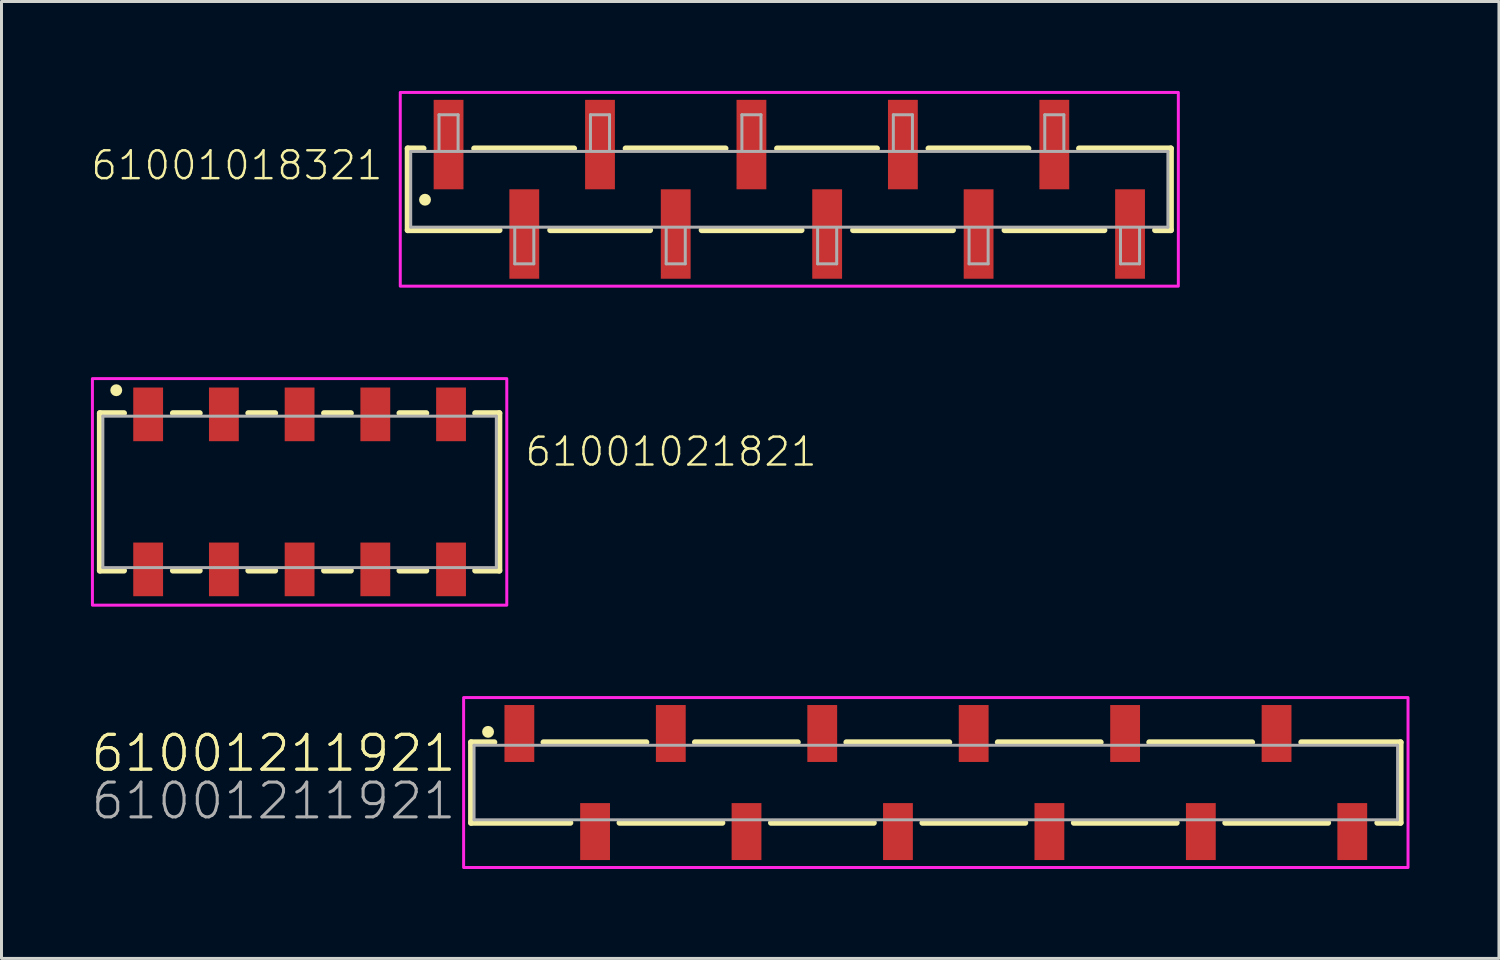
<source format=kicad_pcb>
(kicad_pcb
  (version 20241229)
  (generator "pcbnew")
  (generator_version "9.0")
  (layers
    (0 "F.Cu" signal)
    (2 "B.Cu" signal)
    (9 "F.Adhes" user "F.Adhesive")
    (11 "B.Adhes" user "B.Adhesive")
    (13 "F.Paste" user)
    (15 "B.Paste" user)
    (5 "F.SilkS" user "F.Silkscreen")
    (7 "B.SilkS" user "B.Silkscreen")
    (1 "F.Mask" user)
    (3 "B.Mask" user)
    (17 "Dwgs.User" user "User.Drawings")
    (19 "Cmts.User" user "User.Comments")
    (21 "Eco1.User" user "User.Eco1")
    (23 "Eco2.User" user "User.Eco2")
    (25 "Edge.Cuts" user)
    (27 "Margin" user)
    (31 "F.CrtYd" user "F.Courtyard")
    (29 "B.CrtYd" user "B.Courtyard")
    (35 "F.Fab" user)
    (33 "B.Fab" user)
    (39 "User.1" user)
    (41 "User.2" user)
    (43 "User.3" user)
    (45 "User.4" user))
  (footprint "61001021821"
    (layer "F.Cu")
    (at 7 13.45)
    (property "Reference" "61001021821" (at 7.51 -0.8 0) (unlocked yes) (layer "F.SilkS") (effects (font (size 0.935 0.935) (thickness 0.081)) (justify left bottom)))
    (fp_line (start -6.7 -2.64) (end -6.7 2.64) (stroke (width 0.2) (type solid)) (layer "F.SilkS"))
    (fp_line (start -5.89 -2.64) (end -6.7 -2.64) (stroke (width 0.2) (type solid)) (layer "F.SilkS"))
    (fp_line (start -5.89 2.64) (end -6.7 2.64) (stroke (width 0.2) (type solid)) (layer "F.SilkS"))
    (fp_line (start -3.35 -2.64) (end -4.25 -2.64) (stroke (width 0.2) (type solid)) (layer "F.SilkS"))
    (fp_line (start -3.35 2.64) (end -4.25 2.64) (stroke (width 0.2) (type solid)) (layer "F.SilkS"))
    (fp_line (start -0.82 -2.64) (end -1.72 -2.64) (stroke (width 0.2) (type solid)) (layer "F.SilkS"))
    (fp_line (start -0.82 2.64) (end -1.72 2.64) (stroke (width 0.2) (type solid)) (layer "F.SilkS"))
    (fp_line (start 0.82 -2.64) (end 1.72 -2.64) (stroke (width 0.2) (type solid)) (layer "F.SilkS"))
    (fp_line (start 0.82 2.64) (end 1.72 2.64) (stroke (width 0.2) (type solid)) (layer "F.SilkS"))
    (fp_line (start 3.35 -2.64) (end 4.25 -2.64) (stroke (width 0.2) (type solid)) (layer "F.SilkS"))
    (fp_line (start 3.35 2.64) (end 4.25 2.64) (stroke (width 0.2) (type solid)) (layer "F.SilkS"))
    (fp_line (start 5.89 -2.64) (end 6.7 -2.64) (stroke (width 0.2) (type solid)) (layer "F.SilkS"))
    (fp_line (start 5.89 2.64) (end 6.7 2.64) (stroke (width 0.2) (type solid)) (layer "F.SilkS"))
    (fp_line (start 6.7 2.64) (end 6.7 -2.64) (stroke (width 0.2) (type solid)) (layer "F.SilkS"))
    (fp_circle (center -6.15 -3.41) (end -6.05 -3.41) (stroke (width 0.2) (type solid)) (fill no) (layer "F.SilkS"))
    (fp_poly (pts (xy 6.95 3.8) (xy -6.95 3.8) (xy -6.95 -3.8) (xy 6.95 -3.8)) (stroke (width 0.1) (type default)) (fill no) (layer "F.CrtYd"))
    (fp_line (start -6.6 -2.54) (end -6.6 2.54) (stroke (width 0.1) (type solid)) (layer "F.Fab"))
    (fp_line (start -6.6 2.54) (end 6.6 2.54) (stroke (width 0.1) (type solid)) (layer "F.Fab"))
    (fp_line (start 6.6 -2.54) (end -6.6 -2.54) (stroke (width 0.1) (type solid)) (layer "F.Fab"))
    (fp_line (start 6.6 -2.54) (end 6.6 2.54) (stroke (width 0.1) (type solid)) (layer "F.Fab"))
    (pad "1" smd rect (at -5.08 -2.6) (size 1 1.8) (layers "F.Cu" "F.Mask" "F.Paste"))
    (pad "2" smd rect (at -5.08 2.6) (size 1 1.8) (layers "F.Cu" "F.Mask" "F.Paste"))
    (pad "3" smd rect (at -2.54 -2.6) (size 1 1.8) (layers "F.Cu" "F.Mask" "F.Paste"))
    (pad "4" smd rect (at -2.54 2.6) (size 1 1.8) (layers "F.Cu" "F.Mask" "F.Paste"))
    (pad "5" smd rect (at 0 -2.6) (size 1 1.8) (layers "F.Cu" "F.Mask" "F.Paste"))
    (pad "6" smd rect (at 0 2.6) (size 1 1.8) (layers "F.Cu" "F.Mask" "F.Paste"))
    (pad "7" smd rect (at 2.54 -2.6) (size 1 1.8) (layers "F.Cu" "F.Mask" "F.Paste"))
    (pad "8" smd rect (at 2.54 2.6) (size 1 1.8) (layers "F.Cu" "F.Mask" "F.Paste"))
    (pad "9" smd rect (at 5.08 -2.6) (size 1 1.8) (layers "F.Cu" "F.Mask" "F.Paste"))
    (pad "10" smd rect (at 5.08 2.6) (size 1 1.8) (layers "F.Cu" "F.Mask" "F.Paste")))
  (footprint "61001211921"
    (layer "F.Cu")
    (at 28.342 23.2)
    (property "Reference" "61001211921" (at -16.03 -0.3 0) (unlocked yes) (layer "F.SilkS") (effects (font (size 1.168 1.168) (thickness 0.102)) (justify right bottom)))
    (property "Value" "61001211921" (at -16.03 1.3 0) (unlocked yes) (layer "F.Fab") (hide yes) (effects (font (size 1.168 1.168) (thickness 0.102)) (justify right bottom)))
    (fp_line (start -15.59 -1.35) (end -14.81 -1.35) (stroke (width 0.2) (type solid)) (layer "F.SilkS"))
    (fp_line (start -15.59 1.35) (end -15.59 -1.35) (stroke (width 0.2) (type solid)) (layer "F.SilkS"))
    (fp_line (start -13.16 -1.35) (end -9.71 -1.35) (stroke (width 0.2) (type solid)) (layer "F.SilkS"))
    (fp_line (start -12.26 1.35) (end -15.59 1.35) (stroke (width 0.2) (type solid)) (layer "F.SilkS"))
    (fp_line (start -8.08 -1.35) (end -4.63 -1.35) (stroke (width 0.2) (type solid)) (layer "F.SilkS"))
    (fp_line (start -7.16 1.35) (end -10.61 1.35) (stroke (width 0.2) (type solid)) (layer "F.SilkS"))
    (fp_line (start -3 -1.35) (end 0.45 -1.35) (stroke (width 0.2) (type solid)) (layer "F.SilkS"))
    (fp_line (start -2.08 1.35) (end -5.53 1.35) (stroke (width 0.2) (type solid)) (layer "F.SilkS"))
    (fp_line (start 2.08 -1.35) (end 5.53 -1.35) (stroke (width 0.2) (type solid)) (layer "F.SilkS"))
    (fp_line (start 3 1.35) (end -0.45 1.35) (stroke (width 0.2) (type solid)) (layer "F.SilkS"))
    (fp_line (start 7.16 -1.35) (end 10.61 -1.35) (stroke (width 0.2) (type solid)) (layer "F.SilkS"))
    (fp_line (start 8.08 1.35) (end 4.63 1.35) (stroke (width 0.2) (type solid)) (layer "F.SilkS"))
    (fp_line (start 13.16 1.35) (end 9.71 1.35) (stroke (width 0.2) (type solid)) (layer "F.SilkS"))
    (fp_line (start 14.81 1.35) (end 15.59 1.35) (stroke (width 0.2) (type solid)) (layer "F.SilkS"))
    (fp_line (start 15.59 -1.35) (end 12.26 -1.35) (stroke (width 0.2) (type solid)) (layer "F.SilkS"))
    (fp_line (start 15.59 1.35) (end 15.59 -1.35) (stroke (width 0.2) (type solid)) (layer "F.SilkS"))
    (fp_circle (center -15.02 -1.7) (end -14.92 -1.7) (stroke (width 0.2) (type solid)) (fill no) (layer "F.SilkS"))
    (fp_poly (pts (xy 15.84 2.85) (xy -15.84 2.85) (xy -15.84 -2.85) (xy 15.84 -2.85)) (stroke (width 0.1) (type default)) (fill no) (layer "F.CrtYd"))
    (fp_line (start -15.49 -1.25) (end 15.49 -1.25) (stroke (width 0.1) (type solid)) (layer "F.Fab"))
    (fp_line (start -15.49 1.25) (end -15.49 -1.25) (stroke (width 0.1) (type solid)) (layer "F.Fab"))
    (fp_line (start 15.49 1.25) (end -15.49 1.25) (stroke (width 0.1) (type solid)) (layer "F.Fab"))
    (fp_line (start 15.49 1.25) (end 15.49 -1.25) (stroke (width 0.1) (type solid)) (layer "F.Fab"))
    (fp_text user "${REFERENCE}" (at -16.03 -0.3 0) (unlocked yes) (layer "F.SilkS") (effects (font (size 1.168 1.168) (thickness 0.102)) (justify right bottom)))
    (fp_text user "${VALUE}" (at -16.03 1.3 0) (unlocked yes) (layer "F.Fab") (effects (font (size 1.168 1.168) (thickness 0.102)) (justify right bottom)))
    (pad "1" smd rect (at -13.97 -1.645 180) (size 1 1.91) (layers "F.Cu" "F.Mask" "F.Paste"))
    (pad "2" smd rect (at -11.43 1.645 180) (size 1 1.91) (layers "F.Cu" "F.Mask" "F.Paste"))
    (pad "3" smd rect (at -8.89 -1.645 180) (size 1 1.91) (layers "F.Cu" "F.Mask" "F.Paste"))
    (pad "4" smd rect (at -6.35 1.645 180) (size 1 1.91) (layers "F.Cu" "F.Mask" "F.Paste"))
    (pad "5" smd rect (at -3.81 -1.645 180) (size 1 1.91) (layers "F.Cu" "F.Mask" "F.Paste"))
    (pad "6" smd rect (at -1.27 1.645 180) (size 1 1.91) (layers "F.Cu" "F.Mask" "F.Paste"))
    (pad "7" smd rect (at 1.27 -1.645 180) (size 1 1.91) (layers "F.Cu" "F.Mask" "F.Paste"))
    (pad "8" smd rect (at 3.81 1.645 180) (size 1 1.91) (layers "F.Cu" "F.Mask" "F.Paste"))
    (pad "9" smd rect (at 6.35 -1.645 180) (size 1 1.91) (layers "F.Cu" "F.Mask" "F.Paste"))
    (pad "10" smd rect (at 8.89 1.645 180) (size 1 1.91) (layers "F.Cu" "F.Mask" "F.Paste"))
    (pad "11" smd rect (at 11.43 -1.645 180) (size 1 1.91) (layers "F.Cu" "F.Mask" "F.Paste"))
    (pad "12" smd rect (at 13.97 1.645 180) (size 1 1.91) (layers "F.Cu" "F.Mask" "F.Paste")))
  (footprint "61001018321"
    (layer "F.Cu")
    (at 23.427 3.3)
    (property "Reference" "61001018321" (at -13.578 -0.256 0) (unlocked yes) (layer "F.SilkS") (effects (font (size 0.935 0.935) (thickness 0.081)) (justify right bottom)))
    (fp_line (start -12.8 -1.37) (end -12.8 1.37) (stroke (width 0.2) (type solid)) (layer "F.SilkS"))
    (fp_line (start -12.8 1.37) (end -9.72 1.37) (stroke (width 0.2) (type solid)) (layer "F.SilkS"))
    (fp_line (start -12.27 -1.37) (end -12.8 -1.37) (stroke (width 0.2) (type solid)) (layer "F.SilkS"))
    (fp_line (start -8.02 1.37) (end -4.67 1.37) (stroke (width 0.2) (type solid)) (layer "F.SilkS"))
    (fp_line (start -7.22 -1.37) (end -10.57 -1.37) (stroke (width 0.2) (type solid)) (layer "F.SilkS"))
    (fp_line (start -2.94 1.37) (end 0.41 1.37) (stroke (width 0.2) (type solid)) (layer "F.SilkS"))
    (fp_line (start -2.14 -1.37) (end -5.49 -1.37) (stroke (width 0.2) (type solid)) (layer "F.SilkS"))
    (fp_line (start 2.14 1.37) (end 5.49 1.37) (stroke (width 0.2) (type solid)) (layer "F.SilkS"))
    (fp_line (start 2.94 -1.37) (end -0.41 -1.37) (stroke (width 0.2) (type solid)) (layer "F.SilkS"))
    (fp_line (start 7.22 1.37) (end 10.57 1.37) (stroke (width 0.2) (type solid)) (layer "F.SilkS"))
    (fp_line (start 8.02 -1.37) (end 4.67 -1.37) (stroke (width 0.2) (type solid)) (layer "F.SilkS"))
    (fp_line (start 12.27 1.37) (end 12.8 1.37) (stroke (width 0.2) (type solid)) (layer "F.SilkS"))
    (fp_line (start 12.8 -1.37) (end 9.72 -1.37) (stroke (width 0.2) (type solid)) (layer "F.SilkS"))
    (fp_line (start 12.8 1.37) (end 12.8 -1.37) (stroke (width 0.2) (type solid)) (layer "F.SilkS"))
    (fp_circle (center -12.22 0.35) (end -12.12 0.35) (stroke (width 0.2) (type solid)) (fill no) (layer "F.SilkS"))
    (fp_poly (pts (xy 13.05 3.25) (xy -13.05 3.25) (xy -13.05 -3.25) (xy 13.05 -3.25)) (stroke (width 0.1) (type default)) (fill no) (layer "F.CrtYd"))
    (fp_line (start -12.7 -1.27) (end -12.7 1.27) (stroke (width 0.1) (type solid)) (layer "F.Fab"))
    (fp_line (start -12.7 1.27) (end 12.7 1.27) (stroke (width 0.1) (type solid)) (layer "F.Fab"))
    (fp_line (start -11.75 -2.5) (end -11.11 -2.5) (stroke (width 0.1) (type solid)) (layer "F.Fab"))
    (fp_line (start -11.75 -1.3) (end -11.75 -2.5) (stroke (width 0.1) (type solid)) (layer "F.Fab"))
    (fp_line (start -11.11 -2.5) (end -11.11 -1.3) (stroke (width 0.1) (type solid)) (layer "F.Fab"))
    (fp_line (start -9.21 2.5) (end -9.21 1.3) (stroke (width 0.1) (type solid)) (layer "F.Fab"))
    (fp_line (start -8.57 1.3) (end -8.57 2.5) (stroke (width 0.1) (type solid)) (layer "F.Fab"))
    (fp_line (start -8.57 2.5) (end -9.21 2.5) (stroke (width 0.1) (type solid)) (layer "F.Fab"))
    (fp_line (start -6.67 -2.5) (end -6.03 -2.5) (stroke (width 0.1) (type solid)) (layer "F.Fab"))
    (fp_line (start -6.67 -1.3) (end -6.67 -2.5) (stroke (width 0.1) (type solid)) (layer "F.Fab"))
    (fp_line (start -6.03 -2.5) (end -6.03 -1.3) (stroke (width 0.1) (type solid)) (layer "F.Fab"))
    (fp_line (start -4.13 2.5) (end -4.13 1.3) (stroke (width 0.1) (type solid)) (layer "F.Fab"))
    (fp_line (start -3.49 1.3) (end -3.49 2.5) (stroke (width 0.1) (type solid)) (layer "F.Fab"))
    (fp_line (start -3.49 2.5) (end -4.13 2.5) (stroke (width 0.1) (type solid)) (layer "F.Fab"))
    (fp_line (start -1.59 -2.5) (end -0.95 -2.5) (stroke (width 0.1) (type solid)) (layer "F.Fab"))
    (fp_line (start -1.59 -1.3) (end -1.59 -2.5) (stroke (width 0.1) (type solid)) (layer "F.Fab"))
    (fp_line (start -0.95 -2.5) (end -0.95 -1.3) (stroke (width 0.1) (type solid)) (layer "F.Fab"))
    (fp_line (start 0.95 2.5) (end 0.95 1.3) (stroke (width 0.1) (type solid)) (layer "F.Fab"))
    (fp_line (start 1.59 1.3) (end 1.59 2.5) (stroke (width 0.1) (type solid)) (layer "F.Fab"))
    (fp_line (start 1.59 2.5) (end 0.95 2.5) (stroke (width 0.1) (type solid)) (layer "F.Fab"))
    (fp_line (start 3.49 -2.5) (end 4.13 -2.5) (stroke (width 0.1) (type solid)) (layer "F.Fab"))
    (fp_line (start 3.49 -1.3) (end 3.49 -2.5) (stroke (width 0.1) (type solid)) (layer "F.Fab"))
    (fp_line (start 4.13 -2.5) (end 4.13 -1.3) (stroke (width 0.1) (type solid)) (layer "F.Fab"))
    (fp_line (start 6.03 2.5) (end 6.03 1.3) (stroke (width 0.1) (type solid)) (layer "F.Fab"))
    (fp_line (start 6.67 1.3) (end 6.67 2.5) (stroke (width 0.1) (type solid)) (layer "F.Fab"))
    (fp_line (start 6.67 2.5) (end 6.03 2.5) (stroke (width 0.1) (type solid)) (layer "F.Fab"))
    (fp_line (start 8.57 -2.5) (end 9.21 -2.5) (stroke (width 0.1) (type solid)) (layer "F.Fab"))
    (fp_line (start 8.57 -1.3) (end 8.57 -2.5) (stroke (width 0.1) (type solid)) (layer "F.Fab"))
    (fp_line (start 9.21 -2.5) (end 9.21 -1.3) (stroke (width 0.1) (type solid)) (layer "F.Fab"))
    (fp_line (start 11.11 2.5) (end 11.11 1.3) (stroke (width 0.1) (type solid)) (layer "F.Fab"))
    (fp_line (start 11.75 1.3) (end 11.75 2.5) (stroke (width 0.1) (type solid)) (layer "F.Fab"))
    (fp_line (start 11.75 2.5) (end 11.11 2.5) (stroke (width 0.1) (type solid)) (layer "F.Fab"))
    (fp_line (start 12.7 -1.27) (end -12.7 -1.27) (stroke (width 0.1) (type solid)) (layer "F.Fab"))
    (fp_line (start 12.7 1.27) (end 12.7 -1.27) (stroke (width 0.1) (type solid)) (layer "F.Fab"))
    (pad "1" smd rect (at -11.43 -1.5) (size 1 3) (layers "F.Cu" "F.Mask" "F.Paste"))
    (pad "2" smd rect (at -8.89 1.5) (size 1 3) (layers "F.Cu" "F.Mask" "F.Paste"))
    (pad "3" smd rect (at -6.35 -1.5) (size 1 3) (layers "F.Cu" "F.Mask" "F.Paste"))
    (pad "4" smd rect (at -3.81 1.5) (size 1 3) (layers "F.Cu" "F.Mask" "F.Paste"))
    (pad "5" smd rect (at -1.27 -1.5) (size 1 3) (layers "F.Cu" "F.Mask" "F.Paste"))
    (pad "6" smd rect (at 1.27 1.5) (size 1 3) (layers "F.Cu" "F.Mask" "F.Paste"))
    (pad "7" smd rect (at 3.81 -1.5) (size 1 3) (layers "F.Cu" "F.Mask" "F.Paste"))
    (pad "8" smd rect (at 6.35 1.5) (size 1 3) (layers "F.Cu" "F.Mask" "F.Paste"))
    (pad "9" smd rect (at 8.89 -1.5) (size 1 3) (layers "F.Cu" "F.Mask" "F.Paste"))
    (pad "10" smd rect (at 11.43 1.5) (size 1 3) (layers "F.Cu" "F.Mask" "F.Paste")))
  (gr_rect
    (start -3 -3)
    (end 47.232 29.1)
    (stroke (width 0.1) (type default))
    (fill no)
    (layer "Edge.Cuts")))
</source>
